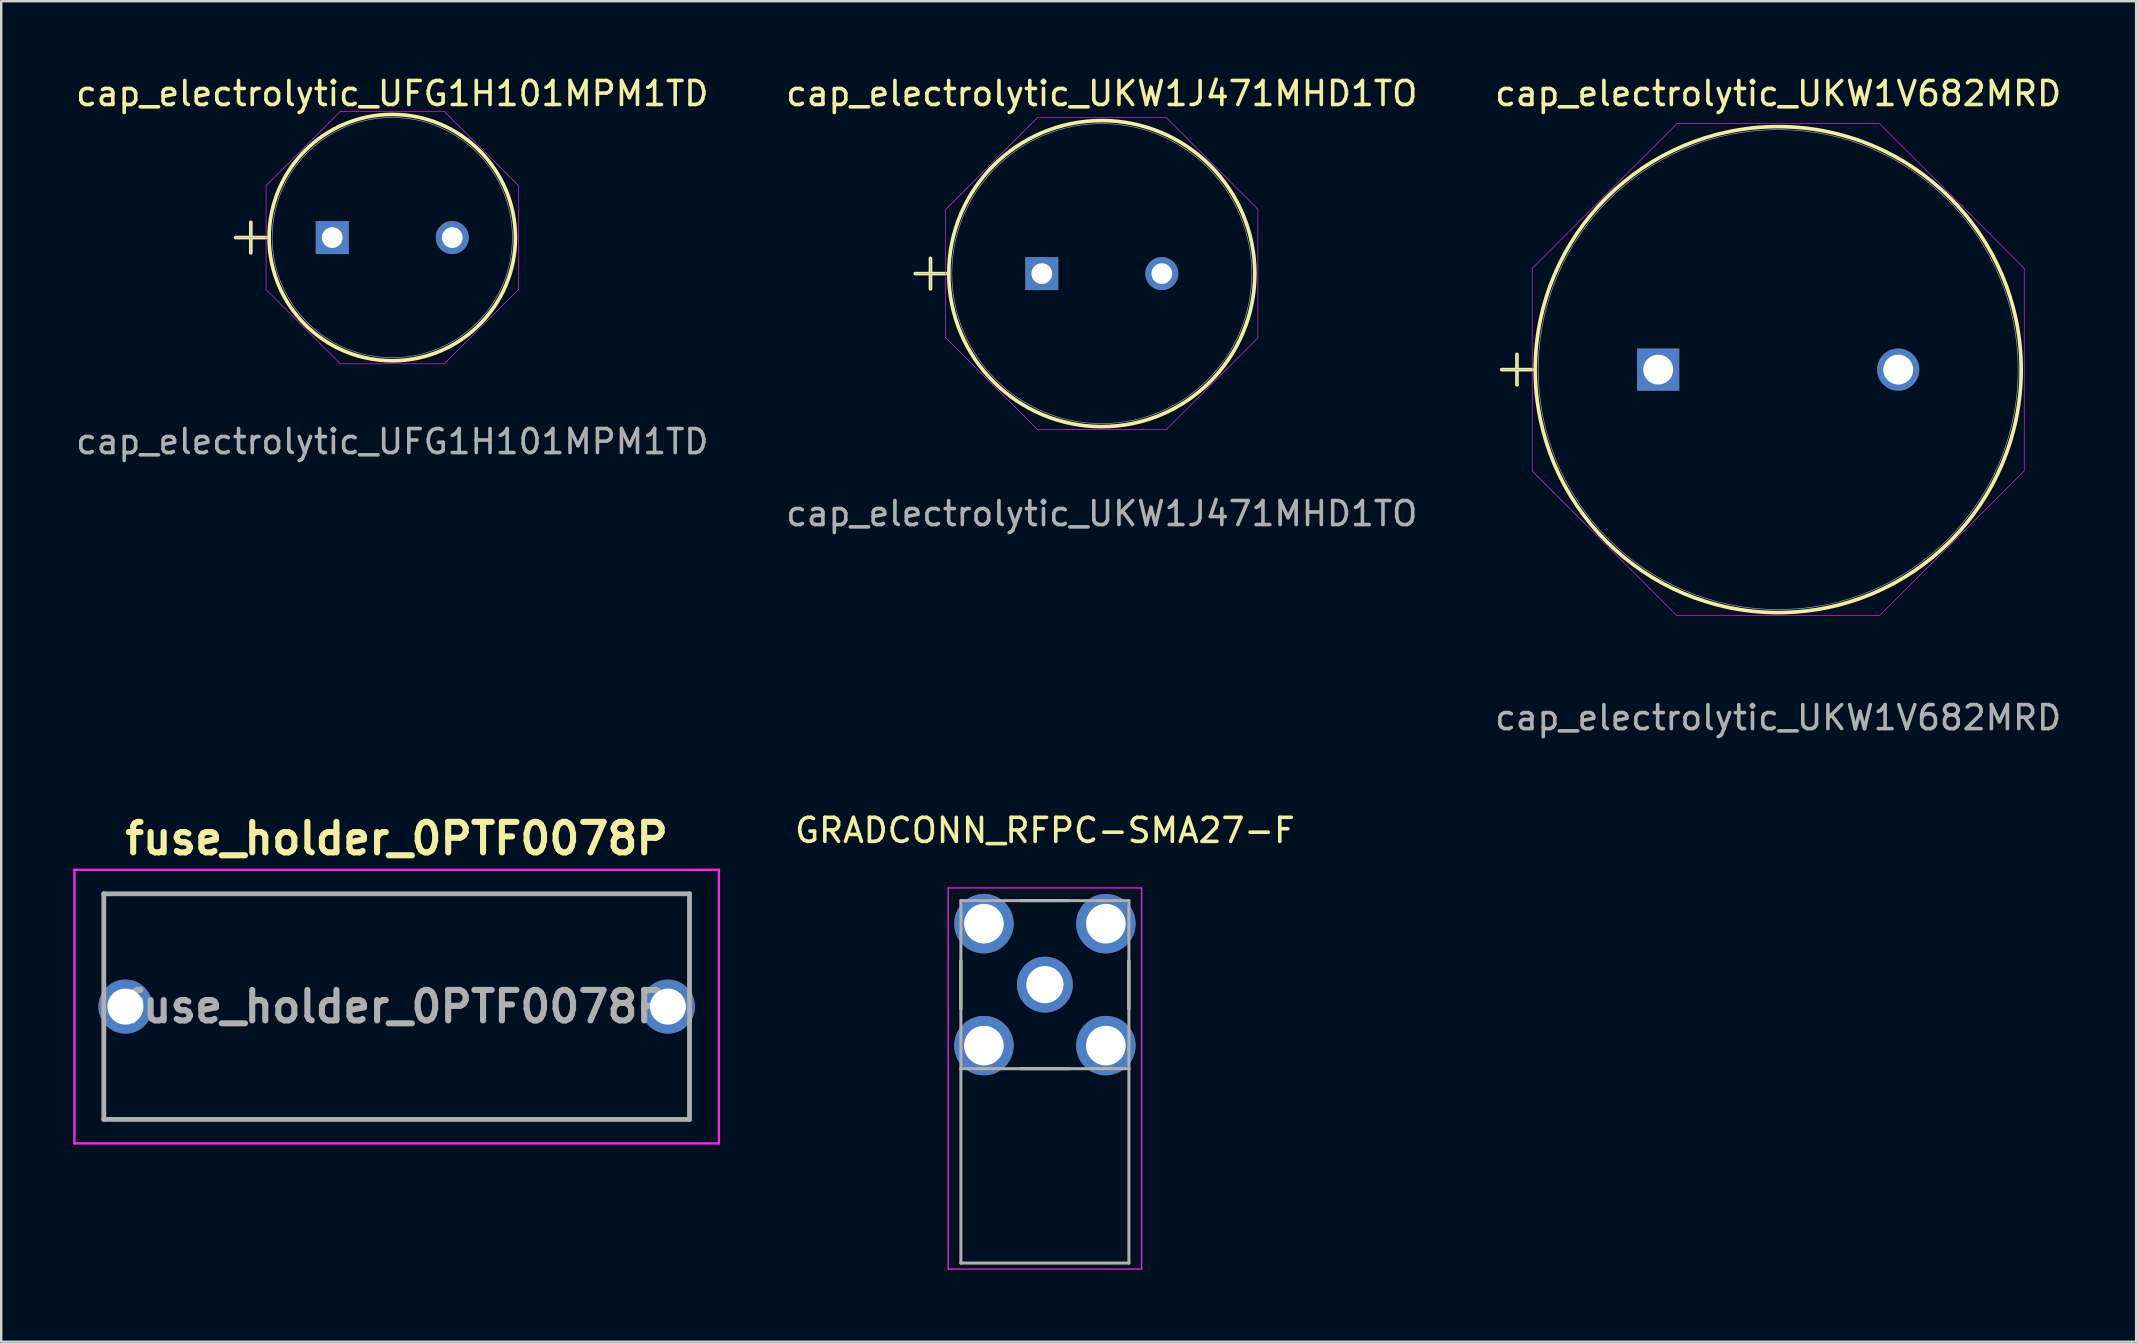
<source format=kicad_pcb>
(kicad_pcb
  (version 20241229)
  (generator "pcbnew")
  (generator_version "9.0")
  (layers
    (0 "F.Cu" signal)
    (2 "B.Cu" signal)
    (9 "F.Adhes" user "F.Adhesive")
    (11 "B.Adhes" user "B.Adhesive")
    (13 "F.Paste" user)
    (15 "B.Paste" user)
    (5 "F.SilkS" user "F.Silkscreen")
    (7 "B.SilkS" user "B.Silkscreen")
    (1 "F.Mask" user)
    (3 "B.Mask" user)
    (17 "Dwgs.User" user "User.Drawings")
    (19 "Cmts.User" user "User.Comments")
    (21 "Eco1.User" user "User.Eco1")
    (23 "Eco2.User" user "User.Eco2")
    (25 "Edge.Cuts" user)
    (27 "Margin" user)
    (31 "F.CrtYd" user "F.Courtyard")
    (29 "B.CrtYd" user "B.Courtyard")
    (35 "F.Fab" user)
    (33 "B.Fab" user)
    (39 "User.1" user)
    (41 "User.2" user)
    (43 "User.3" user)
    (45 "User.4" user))
  (footprint "cap_electrolytic_UFG1H101MPM1TD"
    (layer "F.Cu")
    (at 10.792 6.848)
    (property "Reference" "cap_electrolytic_UFG1H101MPM1TD" (at 2.5 -6 0) (unlocked yes) (layer "F.SilkS") (effects (font (size 1 1) (thickness 0.15))))
    (attr through_hole)
    (fp_line (start -4.028 0) (end -2.758 0) (stroke (width 0.152) (type solid)) (layer "F.SilkS"))
    (fp_line (start -3.393 -0.635) (end -3.393 0.635) (stroke (width 0.152) (type solid)) (layer "F.SilkS"))
    (fp_circle (center 2.5 0) (end 7.631 0) (stroke (width 0.152) (type solid)) (fill no) (layer "F.SilkS"))
    (fp_line (start -2.758 -2.165) (end 0.335 -5.258) (stroke (width 0.025) (type solid)) (layer "F.CrtYd"))
    (fp_line (start -2.758 2.165) (end -2.758 -2.165) (stroke (width 0.025) (type solid)) (layer "F.CrtYd"))
    (fp_line (start 0.335 -5.258) (end 4.665 -5.258) (stroke (width 0.025) (type solid)) (layer "F.CrtYd"))
    (fp_line (start 0.335 5.258) (end -2.758 2.165) (stroke (width 0.025) (type solid)) (layer "F.CrtYd"))
    (fp_line (start 4.665 -5.258) (end 7.758 -2.165) (stroke (width 0.025) (type solid)) (layer "F.CrtYd"))
    (fp_line (start 4.665 5.258) (end 0.335 5.258) (stroke (width 0.025) (type solid)) (layer "F.CrtYd"))
    (fp_line (start 7.758 -2.165) (end 7.758 2.165) (stroke (width 0.025) (type solid)) (layer "F.CrtYd"))
    (fp_line (start 7.758 2.165) (end 4.665 5.258) (stroke (width 0.025) (type solid)) (layer "F.CrtYd"))
    (fp_line (start -4.028 0) (end -2.758 0) (stroke (width 0.025) (type solid)) (layer "F.Fab"))
    (fp_line (start -3.393 -0.635) (end -3.393 0.635) (stroke (width 0.025) (type solid)) (layer "F.Fab"))
    (fp_circle (center 2.5 0) (end 7.504 0) (stroke (width 0.025) (type solid)) (fill no) (layer "F.Fab"))
    (fp_text user "${REFERENCE}" (at 2.5 8.5 0) (unlocked yes) (layer "F.Fab") (effects (font (size 1 1) (thickness 0.15))))
    (pad "1" thru_hole rect (at 0 0) (size 1.372 1.372) (drill 0.864) (layers "*.Cu" "*.Mask"))
    (pad "2" thru_hole circle (at 5 0) (size 1.372 1.372) (drill 0.864) (layers "*.Cu" "*.Mask")))
  (footprint "cap_electrolytic_UKW1V682MRD"
    (layer "F.Cu")
    (at 66.03 12.348)
    (property "Reference" "cap_electrolytic_UKW1V682MRD" (at 5 -11.5 0) (unlocked yes) (layer "F.SilkS") (effects (font (size 1 1) (thickness 0.15))))
    (attr through_hole)
    (fp_line (start -6.519 0) (end -5.249 0) (stroke (width 0.152) (type solid)) (layer "F.SilkS"))
    (fp_line (start -5.884 -0.635) (end -5.884 0.635) (stroke (width 0.152) (type solid)) (layer "F.SilkS"))
    (fp_circle (center 5 0) (end 15.122 0) (stroke (width 0.152) (type solid)) (fill no) (layer "F.SilkS"))
    (fp_line (start -5.249 -4.22) (end 0.78 -10.249) (stroke (width 0.025) (type solid)) (layer "F.CrtYd"))
    (fp_line (start -5.249 4.22) (end -5.249 -4.22) (stroke (width 0.025) (type solid)) (layer "F.CrtYd"))
    (fp_line (start 0.78 -10.249) (end 9.22 -10.249) (stroke (width 0.025) (type solid)) (layer "F.CrtYd"))
    (fp_line (start 0.78 10.249) (end -5.249 4.22) (stroke (width 0.025) (type solid)) (layer "F.CrtYd"))
    (fp_line (start 9.22 -10.249) (end 15.249 -4.22) (stroke (width 0.025) (type solid)) (layer "F.CrtYd"))
    (fp_line (start 9.22 10.249) (end 0.78 10.249) (stroke (width 0.025) (type solid)) (layer "F.CrtYd"))
    (fp_line (start 15.249 -4.22) (end 15.249 4.22) (stroke (width 0.025) (type solid)) (layer "F.CrtYd"))
    (fp_line (start 15.249 4.22) (end 9.22 10.249) (stroke (width 0.025) (type solid)) (layer "F.CrtYd"))
    (fp_line (start -6.519 0) (end -5.249 0) (stroke (width 0.025) (type solid)) (layer "F.Fab"))
    (fp_line (start -5.884 -0.635) (end -5.884 0.635) (stroke (width 0.025) (type solid)) (layer "F.Fab"))
    (fp_circle (center 5 0) (end 14.995 0) (stroke (width 0.025) (type solid)) (fill no) (layer "F.Fab"))
    (fp_text user "${REFERENCE}" (at 5 14.5 0) (unlocked yes) (layer "F.Fab") (effects (font (size 1 1) (thickness 0.15))))
    (pad "1" thru_hole rect (at 0 0) (size 1.753 1.753) (drill 1.245) (layers "*.Cu" "*.Mask"))
    (pad "2" thru_hole circle (at 10 0) (size 1.753 1.753) (drill 1.245) (layers "*.Cu" "*.Mask")))
  (footprint "fuse_holder_0PTF0078P"
    (layer "F.Cu")
    (at 13.475 38.885)
    (property "Reference" "fuse_holder_0PTF0078P" (at 0 -7 0) (layer "F.SilkS") (effects (font (size 1.27 1.27) (thickness 0.254))))
    (attr through_hole)
    (fp_line (start -12.2 -4.7) (end 12.2 -4.7) (stroke (width 0.1) (type solid)) (layer "F.SilkS"))
    (fp_line (start -12.2 -2) (end -12.2 -4.7) (stroke (width 0.1) (type solid)) (layer "F.SilkS"))
    (fp_line (start -12.2 2) (end -12.2 4.7) (stroke (width 0.1) (type solid)) (layer "F.SilkS"))
    (fp_line (start -12.2 4.7) (end 12.2 4.7) (stroke (width 0.1) (type solid)) (layer "F.SilkS"))
    (fp_line (start 12.2 -4.7) (end 12.2 -2) (stroke (width 0.1) (type solid)) (layer "F.SilkS"))
    (fp_line (start 12.2 4.7) (end 12.2 2) (stroke (width 0.1) (type solid)) (layer "F.SilkS"))
    (fp_line (start -13.425 -5.7) (end 13.425 -5.7) (stroke (width 0.1) (type solid)) (layer "F.CrtYd"))
    (fp_line (start -13.425 5.7) (end -13.425 -5.7) (stroke (width 0.1) (type solid)) (layer "F.CrtYd"))
    (fp_line (start 13.425 -5.7) (end 13.425 5.7) (stroke (width 0.1) (type solid)) (layer "F.CrtYd"))
    (fp_line (start 13.425 5.7) (end -13.425 5.7) (stroke (width 0.1) (type solid)) (layer "F.CrtYd"))
    (fp_line (start -12.2 -4.7) (end 12.2 -4.7) (stroke (width 0.2) (type solid)) (layer "F.Fab"))
    (fp_line (start -12.2 4.7) (end -12.2 -4.7) (stroke (width 0.2) (type solid)) (layer "F.Fab"))
    (fp_line (start 12.2 -4.7) (end 12.2 4.7) (stroke (width 0.2) (type solid)) (layer "F.Fab"))
    (fp_line (start 12.2 4.7) (end -12.2 4.7) (stroke (width 0.2) (type solid)) (layer "F.Fab"))
    (fp_text user "${REFERENCE}" (at 0 0 0) (layer "F.Fab") (effects (font (size 1.27 1.27) (thickness 0.254))))
    (pad "1" thru_hole circle (at -11.3 0) (size 2.25 2.25) (drill 1.5) (layers "*.Cu" "*.Mask"))
    (pad "2" thru_hole circle (at 11.3 0) (size 2.25 2.25) (drill 1.5) (layers "*.Cu" "*.Mask")))
  (footprint "cap_electrolytic_UKW1J471MHD1TO"
    (layer "F.Cu")
    (at 40.351 8.348)
    (property "Reference" "cap_electrolytic_UKW1J471MHD1TO" (at 2.5 -7.5 0) (unlocked yes) (layer "F.SilkS") (effects (font (size 1 1) (thickness 0.15))))
    (attr through_hole)
    (fp_line (start -5.272 0) (end -4.002 0) (stroke (width 0.152) (type solid)) (layer "F.SilkS"))
    (fp_line (start -4.637 -0.635) (end -4.637 0.635) (stroke (width 0.152) (type solid)) (layer "F.SilkS"))
    (fp_circle (center 2.5 0) (end 8.875 0) (stroke (width 0.152) (type solid)) (fill no) (layer "F.SilkS"))
    (fp_line (start -4.002 -2.677) (end -0.177 -6.502) (stroke (width 0.025) (type solid)) (layer "F.CrtYd"))
    (fp_line (start -4.002 2.677) (end -4.002 -2.677) (stroke (width 0.025) (type solid)) (layer "F.CrtYd"))
    (fp_line (start -0.177 -6.502) (end 5.177 -6.502) (stroke (width 0.025) (type solid)) (layer "F.CrtYd"))
    (fp_line (start -0.177 6.502) (end -4.002 2.677) (stroke (width 0.025) (type solid)) (layer "F.CrtYd"))
    (fp_line (start 5.177 -6.502) (end 9.002 -2.677) (stroke (width 0.025) (type solid)) (layer "F.CrtYd"))
    (fp_line (start 5.177 6.502) (end -0.177 6.502) (stroke (width 0.025) (type solid)) (layer "F.CrtYd"))
    (fp_line (start 9.002 -2.677) (end 9.002 2.677) (stroke (width 0.025) (type solid)) (layer "F.CrtYd"))
    (fp_line (start 9.002 2.677) (end 5.177 6.502) (stroke (width 0.025) (type solid)) (layer "F.CrtYd"))
    (fp_line (start -5.272 0) (end -4.002 0) (stroke (width 0.025) (type solid)) (layer "F.Fab"))
    (fp_line (start -4.637 -0.635) (end -4.637 0.635) (stroke (width 0.025) (type solid)) (layer "F.Fab"))
    (fp_circle (center 2.5 0) (end 8.748 0) (stroke (width 0.025) (type solid)) (fill no) (layer "F.Fab"))
    (fp_text user "${REFERENCE}" (at 2.5 10 0) (unlocked yes) (layer "F.Fab") (effects (font (size 1 1) (thickness 0.15))))
    (pad "1" thru_hole rect (at 0 0) (size 1.372 1.372) (drill 0.864) (layers "*.Cu" "*.Mask"))
    (pad "2" thru_hole circle (at 5 0) (size 1.372 1.372) (drill 0.864) (layers "*.Cu" "*.Mask")))
  (footprint "GRADCONN_RFPC-SMA27-F"
    (layer "F.Cu")
    (at 40.48 37.97)
    (property "Reference" "GRADCONN_RFPC-SMA27-F" (at 0 -6.425 0) (layer "F.SilkS") (effects (font (size 1 1) (thickness 0.15))))
    (attr through_hole)
    (fp_line (start -3.5 -1) (end -3.5 1) (stroke (width 0.127) (type solid)) (layer "F.SilkS"))
    (fp_line (start -1 -3.5) (end 1 -3.5) (stroke (width 0.127) (type solid)) (layer "F.SilkS"))
    (fp_line (start -1 3.5) (end 1 3.5) (stroke (width 0.127) (type solid)) (layer "F.SilkS"))
    (fp_line (start 3.5 -1) (end 3.5 1) (stroke (width 0.127) (type solid)) (layer "F.SilkS"))
    (fp_line (start -4.03 -4.03) (end -4.03 11.85) (stroke (width 0.05) (type solid)) (layer "F.CrtYd"))
    (fp_line (start -4.03 11.85) (end 4.03 11.85) (stroke (width 0.05) (type solid)) (layer "F.CrtYd"))
    (fp_line (start 4.03 -4.03) (end -4.03 -4.03) (stroke (width 0.05) (type solid)) (layer "F.CrtYd"))
    (fp_line (start 4.03 11.85) (end 4.03 -4.03) (stroke (width 0.05) (type solid)) (layer "F.CrtYd"))
    (fp_line (start -3.5 -3.5) (end -3.5 3.5) (stroke (width 0.127) (type solid)) (layer "F.Fab"))
    (fp_line (start -3.5 3.5) (end -3.5 11.6) (stroke (width 0.127) (type solid)) (layer "F.Fab"))
    (fp_line (start -3.5 3.5) (end 3.5 3.5) (stroke (width 0.127) (type solid)) (layer "F.Fab"))
    (fp_line (start -3.5 11.6) (end 3.5 11.6) (stroke (width 0.127) (type solid)) (layer "F.Fab"))
    (fp_line (start 3.5 -3.5) (end -3.5 -3.5) (stroke (width 0.127) (type solid)) (layer "F.Fab"))
    (fp_line (start 3.5 3.5) (end 3.5 -3.5) (stroke (width 0.127) (type solid)) (layer "F.Fab"))
    (fp_line (start 3.5 11.6) (end 3.5 3.5) (stroke (width 0.127) (type solid)) (layer "F.Fab"))
    (pad "1" thru_hole circle (at 0 0) (size 2.325 2.325) (drill 1.55) (layers "*.Cu" "*.Mask"))
    (pad "G1" thru_hole circle (at -2.54 -2.54) (size 2.475 2.475) (drill 1.65) (layers "*.Cu" "*.Mask"))
    (pad "G2" thru_hole circle (at 2.54 -2.54) (size 2.475 2.475) (drill 1.65) (layers "*.Cu" "*.Mask"))
    (pad "G3" thru_hole circle (at -2.54 2.54) (size 2.475 2.475) (drill 1.65) (layers "*.Cu" "*.Mask"))
    (pad "G4" thru_hole circle (at 2.54 2.54) (size 2.475 2.475) (drill 1.65) (layers "*.Cu" "*.Mask")))
  (gr_rect
    (start -3 -3)
    (end 85.94 52.845)
    (stroke (width 0.1) (type default))
    (fill no)
    (layer "Edge.Cuts")))
</source>
